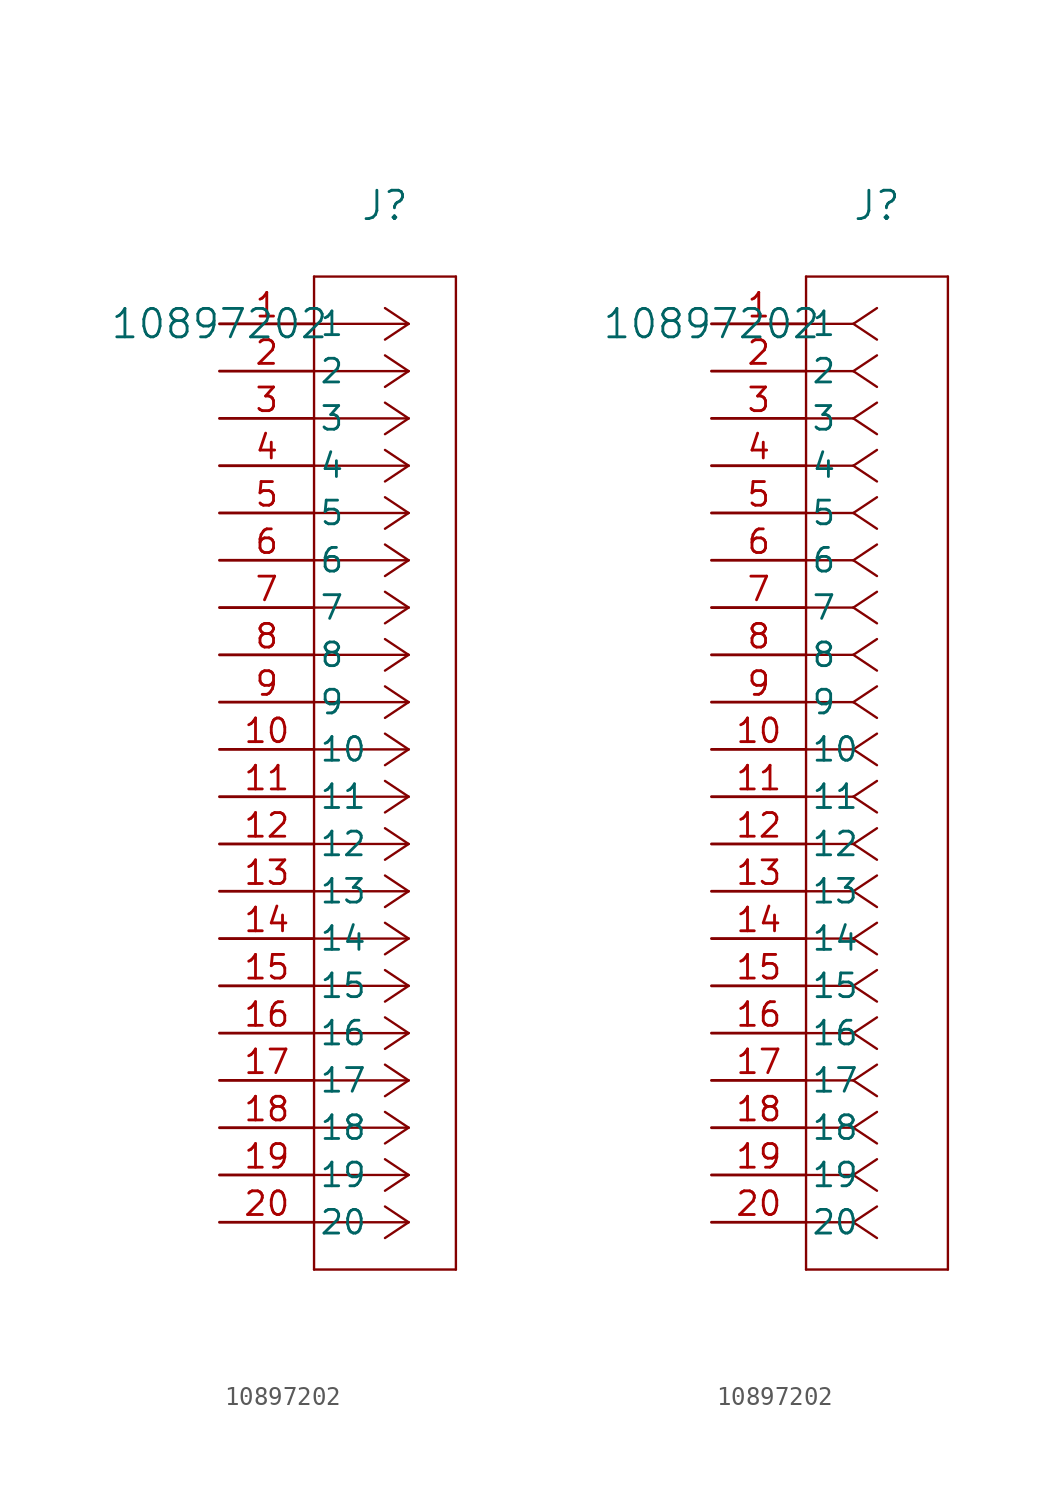
<source format=kicad_sym>
(kicad_symbol_lib
  (version 20211014)
  (generator kicad_symbol_editor)
  (symbol "10897202"
    (pin_names
      (offset 0.254))
    (property "Reference" "J"
      (at 8.89 6.35 0)
      (effects (font (size 1.524 1.524))))
    (property "Value" "10897202"
      (at 0 0 0)
      (effects (font (size 1.524 1.524))))
    (symbol "10897202_1_1"
      (polyline (pts (xy 10.16 0) (xy 5.08 0)) (stroke (width 0.127) (type default) (color 0 0 0 0)) (fill (type none)))
      (polyline (pts (xy 10.16 -2.54) (xy 5.08 -2.54)) (stroke (width 0.127) (type default) (color 0 0 0 0)) (fill (type none)))
      (polyline (pts (xy 10.16 -5.08) (xy 5.08 -5.08)) (stroke (width 0.127) (type default) (color 0 0 0 0)) (fill (type none)))
      (polyline (pts (xy 10.16 -7.62) (xy 5.08 -7.62)) (stroke (width 0.127) (type default) (color 0 0 0 0)) (fill (type none)))
      (polyline (pts (xy 10.16 -10.16) (xy 5.08 -10.16)) (stroke (width 0.127) (type default) (color 0 0 0 0)) (fill (type none)))
      (polyline (pts (xy 10.16 -12.7) (xy 5.08 -12.7)) (stroke (width 0.127) (type default) (color 0 0 0 0)) (fill (type none)))
      (polyline (pts (xy 10.16 -15.24) (xy 5.08 -15.24)) (stroke (width 0.127) (type default) (color 0 0 0 0)) (fill (type none)))
      (polyline (pts (xy 10.16 -17.78) (xy 5.08 -17.78)) (stroke (width 0.127) (type default) (color 0 0 0 0)) (fill (type none)))
      (polyline (pts (xy 10.16 -20.32) (xy 5.08 -20.32)) (stroke (width 0.127) (type default) (color 0 0 0 0)) (fill (type none)))
      (polyline (pts (xy 10.16 -22.86) (xy 5.08 -22.86)) (stroke (width 0.127) (type default) (color 0 0 0 0)) (fill (type none)))
      (polyline (pts (xy 10.16 -25.4) (xy 5.08 -25.4)) (stroke (width 0.127) (type default) (color 0 0 0 0)) (fill (type none)))
      (polyline (pts (xy 10.16 -27.94) (xy 5.08 -27.94)) (stroke (width 0.127) (type default) (color 0 0 0 0)) (fill (type none)))
      (polyline (pts (xy 10.16 -30.48) (xy 5.08 -30.48)) (stroke (width 0.127) (type default) (color 0 0 0 0)) (fill (type none)))
      (polyline (pts (xy 10.16 -33.02) (xy 5.08 -33.02)) (stroke (width 0.127) (type default) (color 0 0 0 0)) (fill (type none)))
      (polyline (pts (xy 10.16 -35.56) (xy 5.08 -35.56)) (stroke (width 0.127) (type default) (color 0 0 0 0)) (fill (type none)))
      (polyline (pts (xy 10.16 -38.1) (xy 5.08 -38.1)) (stroke (width 0.127) (type default) (color 0 0 0 0)) (fill (type none)))
      (polyline (pts (xy 10.16 -40.64) (xy 5.08 -40.64)) (stroke (width 0.127) (type default) (color 0 0 0 0)) (fill (type none)))
      (polyline (pts (xy 10.16 -43.18) (xy 5.08 -43.18)) (stroke (width 0.127) (type default) (color 0 0 0 0)) (fill (type none)))
      (polyline (pts (xy 10.16 -45.72) (xy 5.08 -45.72)) (stroke (width 0.127) (type default) (color 0 0 0 0)) (fill (type none)))
      (polyline (pts (xy 10.16 -48.26) (xy 5.08 -48.26)) (stroke (width 0.127) (type default) (color 0 0 0 0)) (fill (type none)))
      (polyline (pts (xy 10.16 0) (xy 8.89 0.847)) (stroke (width 0.127) (type default) (color 0 0 0 0)) (fill (type none)))
      (polyline (pts (xy 10.16 -2.54) (xy 8.89 -1.693)) (stroke (width 0.127) (type default) (color 0 0 0 0)) (fill (type none)))
      (polyline (pts (xy 10.16 -5.08) (xy 8.89 -4.233)) (stroke (width 0.127) (type default) (color 0 0 0 0)) (fill (type none)))
      (polyline (pts (xy 10.16 -7.62) (xy 8.89 -6.773)) (stroke (width 0.127) (type default) (color 0 0 0 0)) (fill (type none)))
      (polyline (pts (xy 10.16 -10.16) (xy 8.89 -9.313)) (stroke (width 0.127) (type default) (color 0 0 0 0)) (fill (type none)))
      (polyline (pts (xy 10.16 -12.7) (xy 8.89 -11.853)) (stroke (width 0.127) (type default) (color 0 0 0 0)) (fill (type none)))
      (polyline (pts (xy 10.16 -15.24) (xy 8.89 -14.393)) (stroke (width 0.127) (type default) (color 0 0 0 0)) (fill (type none)))
      (polyline (pts (xy 10.16 -17.78) (xy 8.89 -16.933)) (stroke (width 0.127) (type default) (color 0 0 0 0)) (fill (type none)))
      (polyline (pts (xy 10.16 -20.32) (xy 8.89 -19.473)) (stroke (width 0.127) (type default) (color 0 0 0 0)) (fill (type none)))
      (polyline (pts (xy 10.16 -22.86) (xy 8.89 -22.013)) (stroke (width 0.127) (type default) (color 0 0 0 0)) (fill (type none)))
      (polyline (pts (xy 10.16 -25.4) (xy 8.89 -24.553)) (stroke (width 0.127) (type default) (color 0 0 0 0)) (fill (type none)))
      (polyline (pts (xy 10.16 -27.94) (xy 8.89 -27.093)) (stroke (width 0.127) (type default) (color 0 0 0 0)) (fill (type none)))
      (polyline (pts (xy 10.16 -30.48) (xy 8.89 -29.633)) (stroke (width 0.127) (type default) (color 0 0 0 0)) (fill (type none)))
      (polyline (pts (xy 10.16 -33.02) (xy 8.89 -32.173)) (stroke (width 0.127) (type default) (color 0 0 0 0)) (fill (type none)))
      (polyline (pts (xy 10.16 -35.56) (xy 8.89 -34.713)) (stroke (width 0.127) (type default) (color 0 0 0 0)) (fill (type none)))
      (polyline (pts (xy 10.16 -38.1) (xy 8.89 -37.253)) (stroke (width 0.127) (type default) (color 0 0 0 0)) (fill (type none)))
      (polyline (pts (xy 10.16 -40.64) (xy 8.89 -39.793)) (stroke (width 0.127) (type default) (color 0 0 0 0)) (fill (type none)))
      (polyline (pts (xy 10.16 -43.18) (xy 8.89 -42.333)) (stroke (width 0.127) (type default) (color 0 0 0 0)) (fill (type none)))
      (polyline (pts (xy 10.16 -45.72) (xy 8.89 -44.873)) (stroke (width 0.127) (type default) (color 0 0 0 0)) (fill (type none)))
      (polyline (pts (xy 10.16 -48.26) (xy 8.89 -47.413)) (stroke (width 0.127) (type default) (color 0 0 0 0)) (fill (type none)))
      (polyline (pts (xy 10.16 0) (xy 8.89 -0.847)) (stroke (width 0.127) (type default) (color 0 0 0 0)) (fill (type none)))
      (polyline (pts (xy 10.16 -2.54) (xy 8.89 -3.387)) (stroke (width 0.127) (type default) (color 0 0 0 0)) (fill (type none)))
      (polyline (pts (xy 10.16 -5.08) (xy 8.89 -5.927)) (stroke (width 0.127) (type default) (color 0 0 0 0)) (fill (type none)))
      (polyline (pts (xy 10.16 -7.62) (xy 8.89 -8.467)) (stroke (width 0.127) (type default) (color 0 0 0 0)) (fill (type none)))
      (polyline (pts (xy 10.16 -10.16) (xy 8.89 -11.007)) (stroke (width 0.127) (type default) (color 0 0 0 0)) (fill (type none)))
      (polyline (pts (xy 10.16 -12.7) (xy 8.89 -13.547)) (stroke (width 0.127) (type default) (color 0 0 0 0)) (fill (type none)))
      (polyline (pts (xy 10.16 -15.24) (xy 8.89 -16.087)) (stroke (width 0.127) (type default) (color 0 0 0 0)) (fill (type none)))
      (polyline (pts (xy 10.16 -17.78) (xy 8.89 -18.627)) (stroke (width 0.127) (type default) (color 0 0 0 0)) (fill (type none)))
      (polyline (pts (xy 10.16 -20.32) (xy 8.89 -21.167)) (stroke (width 0.127) (type default) (color 0 0 0 0)) (fill (type none)))
      (polyline (pts (xy 10.16 -22.86) (xy 8.89 -23.707)) (stroke (width 0.127) (type default) (color 0 0 0 0)) (fill (type none)))
      (polyline (pts (xy 10.16 -25.4) (xy 8.89 -26.247)) (stroke (width 0.127) (type default) (color 0 0 0 0)) (fill (type none)))
      (polyline (pts (xy 10.16 -27.94) (xy 8.89 -28.787)) (stroke (width 0.127) (type default) (color 0 0 0 0)) (fill (type none)))
      (polyline (pts (xy 10.16 -30.48) (xy 8.89 -31.327)) (stroke (width 0.127) (type default) (color 0 0 0 0)) (fill (type none)))
      (polyline (pts (xy 10.16 -33.02) (xy 8.89 -33.867)) (stroke (width 0.127) (type default) (color 0 0 0 0)) (fill (type none)))
      (polyline (pts (xy 10.16 -35.56) (xy 8.89 -36.407)) (stroke (width 0.127) (type default) (color 0 0 0 0)) (fill (type none)))
      (polyline (pts (xy 10.16 -38.1) (xy 8.89 -38.947)) (stroke (width 0.127) (type default) (color 0 0 0 0)) (fill (type none)))
      (polyline (pts (xy 10.16 -40.64) (xy 8.89 -41.487)) (stroke (width 0.127) (type default) (color 0 0 0 0)) (fill (type none)))
      (polyline (pts (xy 10.16 -43.18) (xy 8.89 -44.027)) (stroke (width 0.127) (type default) (color 0 0 0 0)) (fill (type none)))
      (polyline (pts (xy 10.16 -45.72) (xy 8.89 -46.567)) (stroke (width 0.127) (type default) (color 0 0 0 0)) (fill (type none)))
      (polyline (pts (xy 10.16 -48.26) (xy 8.89 -49.107)) (stroke (width 0.127) (type default) (color 0 0 0 0)) (fill (type none)))
      (polyline (pts (xy 5.08 2.54) (xy 5.08 -50.8)) (stroke (width 0.127) (type default) (color 0 0 0 0)) (fill (type none)))
      (polyline (pts (xy 5.08 -50.8) (xy 12.7 -50.8)) (stroke (width 0.127) (type default) (color 0 0 0 0)) (fill (type none)))
      (polyline (pts (xy 12.7 -50.8) (xy 12.7 2.54)) (stroke (width 0.127) (type default) (color 0 0 0 0)) (fill (type none)))
      (polyline (pts (xy 12.7 2.54) (xy 5.08 2.54)) (stroke (width 0.127) (type default) (color 0 0 0 0)) (fill (type none)))
      (pin unspecified line (at 0 0 0) (length 5.08) (name "1" (effects (font (size 1.27 1.27)))) (number "1" (effects (font (size 1.27 1.27)))))
      (pin unspecified line (at 0 -2.54 0) (length 5.08) (name "2" (effects (font (size 1.27 1.27)))) (number "2" (effects (font (size 1.27 1.27)))))
      (pin unspecified line (at 0 -5.08 0) (length 5.08) (name "3" (effects (font (size 1.27 1.27)))) (number "3" (effects (font (size 1.27 1.27)))))
      (pin unspecified line (at 0 -7.62 0) (length 5.08) (name "4" (effects (font (size 1.27 1.27)))) (number "4" (effects (font (size 1.27 1.27)))))
      (pin unspecified line (at 0 -10.16 0) (length 5.08) (name "5" (effects (font (size 1.27 1.27)))) (number "5" (effects (font (size 1.27 1.27)))))
      (pin unspecified line (at 0 -12.7 0) (length 5.08) (name "6" (effects (font (size 1.27 1.27)))) (number "6" (effects (font (size 1.27 1.27)))))
      (pin unspecified line (at 0 -15.24 0) (length 5.08) (name "7" (effects (font (size 1.27 1.27)))) (number "7" (effects (font (size 1.27 1.27)))))
      (pin unspecified line (at 0 -17.78 0) (length 5.08) (name "8" (effects (font (size 1.27 1.27)))) (number "8" (effects (font (size 1.27 1.27)))))
      (pin unspecified line (at 0 -20.32 0) (length 5.08) (name "9" (effects (font (size 1.27 1.27)))) (number "9" (effects (font (size 1.27 1.27)))))
      (pin unspecified line (at 0 -22.86 0) (length 5.08) (name "10" (effects (font (size 1.27 1.27)))) (number "10" (effects (font (size 1.27 1.27)))))
      (pin unspecified line (at 0 -25.4 0) (length 5.08) (name "11" (effects (font (size 1.27 1.27)))) (number "11" (effects (font (size 1.27 1.27)))))
      (pin unspecified line (at 0 -27.94 0) (length 5.08) (name "12" (effects (font (size 1.27 1.27)))) (number "12" (effects (font (size 1.27 1.27)))))
      (pin unspecified line (at 0 -30.48 0) (length 5.08) (name "13" (effects (font (size 1.27 1.27)))) (number "13" (effects (font (size 1.27 1.27)))))
      (pin unspecified line (at 0 -33.02 0) (length 5.08) (name "14" (effects (font (size 1.27 1.27)))) (number "14" (effects (font (size 1.27 1.27)))))
      (pin unspecified line (at 0 -35.56 0) (length 5.08) (name "15" (effects (font (size 1.27 1.27)))) (number "15" (effects (font (size 1.27 1.27)))))
      (pin unspecified line (at 0 -38.1 0) (length 5.08) (name "16" (effects (font (size 1.27 1.27)))) (number "16" (effects (font (size 1.27 1.27)))))
      (pin unspecified line (at 0 -40.64 0) (length 5.08) (name "17" (effects (font (size 1.27 1.27)))) (number "17" (effects (font (size 1.27 1.27)))))
      (pin unspecified line (at 0 -43.18 0) (length 5.08) (name "18" (effects (font (size 1.27 1.27)))) (number "18" (effects (font (size 1.27 1.27)))))
      (pin unspecified line (at 0 -45.72 0) (length 5.08) (name "19" (effects (font (size 1.27 1.27)))) (number "19" (effects (font (size 1.27 1.27)))))
      (pin unspecified line (at 0 -48.26 0) (length 5.08) (name "20" (effects (font (size 1.27 1.27)))) (number "20" (effects (font (size 1.27 1.27))))))
    (symbol "10897202_1_2"
      (polyline (pts (xy 7.62 0) (xy 5.08 0)) (stroke (width 0.127) (type default) (color 0 0 0 0)) (fill (type none)))
      (polyline (pts (xy 7.62 -2.54) (xy 5.08 -2.54)) (stroke (width 0.127) (type default) (color 0 0 0 0)) (fill (type none)))
      (polyline (pts (xy 7.62 -5.08) (xy 5.08 -5.08)) (stroke (width 0.127) (type default) (color 0 0 0 0)) (fill (type none)))
      (polyline (pts (xy 7.62 -7.62) (xy 5.08 -7.62)) (stroke (width 0.127) (type default) (color 0 0 0 0)) (fill (type none)))
      (polyline (pts (xy 7.62 -10.16) (xy 5.08 -10.16)) (stroke (width 0.127) (type default) (color 0 0 0 0)) (fill (type none)))
      (polyline (pts (xy 7.62 -12.7) (xy 5.08 -12.7)) (stroke (width 0.127) (type default) (color 0 0 0 0)) (fill (type none)))
      (polyline (pts (xy 7.62 -15.24) (xy 5.08 -15.24)) (stroke (width 0.127) (type default) (color 0 0 0 0)) (fill (type none)))
      (polyline (pts (xy 7.62 -17.78) (xy 5.08 -17.78)) (stroke (width 0.127) (type default) (color 0 0 0 0)) (fill (type none)))
      (polyline (pts (xy 7.62 -20.32) (xy 5.08 -20.32)) (stroke (width 0.127) (type default) (color 0 0 0 0)) (fill (type none)))
      (polyline (pts (xy 7.62 -22.86) (xy 5.08 -22.86)) (stroke (width 0.127) (type default) (color 0 0 0 0)) (fill (type none)))
      (polyline (pts (xy 7.62 -25.4) (xy 5.08 -25.4)) (stroke (width 0.127) (type default) (color 0 0 0 0)) (fill (type none)))
      (polyline (pts (xy 7.62 -27.94) (xy 5.08 -27.94)) (stroke (width 0.127) (type default) (color 0 0 0 0)) (fill (type none)))
      (polyline (pts (xy 7.62 -30.48) (xy 5.08 -30.48)) (stroke (width 0.127) (type default) (color 0 0 0 0)) (fill (type none)))
      (polyline (pts (xy 7.62 -33.02) (xy 5.08 -33.02)) (stroke (width 0.127) (type default) (color 0 0 0 0)) (fill (type none)))
      (polyline (pts (xy 7.62 -35.56) (xy 5.08 -35.56)) (stroke (width 0.127) (type default) (color 0 0 0 0)) (fill (type none)))
      (polyline (pts (xy 7.62 -38.1) (xy 5.08 -38.1)) (stroke (width 0.127) (type default) (color 0 0 0 0)) (fill (type none)))
      (polyline (pts (xy 7.62 -40.64) (xy 5.08 -40.64)) (stroke (width 0.127) (type default) (color 0 0 0 0)) (fill (type none)))
      (polyline (pts (xy 7.62 -43.18) (xy 5.08 -43.18)) (stroke (width 0.127) (type default) (color 0 0 0 0)) (fill (type none)))
      (polyline (pts (xy 7.62 -45.72) (xy 5.08 -45.72)) (stroke (width 0.127) (type default) (color 0 0 0 0)) (fill (type none)))
      (polyline (pts (xy 7.62 -48.26) (xy 5.08 -48.26)) (stroke (width 0.127) (type default) (color 0 0 0 0)) (fill (type none)))
      (polyline (pts (xy 7.62 0) (xy 8.89 0.847)) (stroke (width 0.127) (type default) (color 0 0 0 0)) (fill (type none)))
      (polyline (pts (xy 7.62 -2.54) (xy 8.89 -1.693)) (stroke (width 0.127) (type default) (color 0 0 0 0)) (fill (type none)))
      (polyline (pts (xy 7.62 -5.08) (xy 8.89 -4.233)) (stroke (width 0.127) (type default) (color 0 0 0 0)) (fill (type none)))
      (polyline (pts (xy 7.62 -7.62) (xy 8.89 -6.773)) (stroke (width 0.127) (type default) (color 0 0 0 0)) (fill (type none)))
      (polyline (pts (xy 7.62 -10.16) (xy 8.89 -9.313)) (stroke (width 0.127) (type default) (color 0 0 0 0)) (fill (type none)))
      (polyline (pts (xy 7.62 -12.7) (xy 8.89 -11.853)) (stroke (width 0.127) (type default) (color 0 0 0 0)) (fill (type none)))
      (polyline (pts (xy 7.62 -15.24) (xy 8.89 -14.393)) (stroke (width 0.127) (type default) (color 0 0 0 0)) (fill (type none)))
      (polyline (pts (xy 7.62 -17.78) (xy 8.89 -16.933)) (stroke (width 0.127) (type default) (color 0 0 0 0)) (fill (type none)))
      (polyline (pts (xy 7.62 -20.32) (xy 8.89 -19.473)) (stroke (width 0.127) (type default) (color 0 0 0 0)) (fill (type none)))
      (polyline (pts (xy 7.62 -22.86) (xy 8.89 -22.013)) (stroke (width 0.127) (type default) (color 0 0 0 0)) (fill (type none)))
      (polyline (pts (xy 7.62 -25.4) (xy 8.89 -24.553)) (stroke (width 0.127) (type default) (color 0 0 0 0)) (fill (type none)))
      (polyline (pts (xy 7.62 -27.94) (xy 8.89 -27.093)) (stroke (width 0.127) (type default) (color 0 0 0 0)) (fill (type none)))
      (polyline (pts (xy 7.62 -30.48) (xy 8.89 -29.633)) (stroke (width 0.127) (type default) (color 0 0 0 0)) (fill (type none)))
      (polyline (pts (xy 7.62 -33.02) (xy 8.89 -32.173)) (stroke (width 0.127) (type default) (color 0 0 0 0)) (fill (type none)))
      (polyline (pts (xy 7.62 -35.56) (xy 8.89 -34.713)) (stroke (width 0.127) (type default) (color 0 0 0 0)) (fill (type none)))
      (polyline (pts (xy 7.62 -38.1) (xy 8.89 -37.253)) (stroke (width 0.127) (type default) (color 0 0 0 0)) (fill (type none)))
      (polyline (pts (xy 7.62 -40.64) (xy 8.89 -39.793)) (stroke (width 0.127) (type default) (color 0 0 0 0)) (fill (type none)))
      (polyline (pts (xy 7.62 -43.18) (xy 8.89 -42.333)) (stroke (width 0.127) (type default) (color 0 0 0 0)) (fill (type none)))
      (polyline (pts (xy 7.62 -45.72) (xy 8.89 -44.873)) (stroke (width 0.127) (type default) (color 0 0 0 0)) (fill (type none)))
      (polyline (pts (xy 7.62 -48.26) (xy 8.89 -47.413)) (stroke (width 0.127) (type default) (color 0 0 0 0)) (fill (type none)))
      (polyline (pts (xy 7.62 0) (xy 8.89 -0.847)) (stroke (width 0.127) (type default) (color 0 0 0 0)) (fill (type none)))
      (polyline (pts (xy 7.62 -2.54) (xy 8.89 -3.387)) (stroke (width 0.127) (type default) (color 0 0 0 0)) (fill (type none)))
      (polyline (pts (xy 7.62 -5.08) (xy 8.89 -5.927)) (stroke (width 0.127) (type default) (color 0 0 0 0)) (fill (type none)))
      (polyline (pts (xy 7.62 -7.62) (xy 8.89 -8.467)) (stroke (width 0.127) (type default) (color 0 0 0 0)) (fill (type none)))
      (polyline (pts (xy 7.62 -10.16) (xy 8.89 -11.007)) (stroke (width 0.127) (type default) (color 0 0 0 0)) (fill (type none)))
      (polyline (pts (xy 7.62 -12.7) (xy 8.89 -13.547)) (stroke (width 0.127) (type default) (color 0 0 0 0)) (fill (type none)))
      (polyline (pts (xy 7.62 -15.24) (xy 8.89 -16.087)) (stroke (width 0.127) (type default) (color 0 0 0 0)) (fill (type none)))
      (polyline (pts (xy 7.62 -17.78) (xy 8.89 -18.627)) (stroke (width 0.127) (type default) (color 0 0 0 0)) (fill (type none)))
      (polyline (pts (xy 7.62 -20.32) (xy 8.89 -21.167)) (stroke (width 0.127) (type default) (color 0 0 0 0)) (fill (type none)))
      (polyline (pts (xy 7.62 -22.86) (xy 8.89 -23.707)) (stroke (width 0.127) (type default) (color 0 0 0 0)) (fill (type none)))
      (polyline (pts (xy 7.62 -25.4) (xy 8.89 -26.247)) (stroke (width 0.127) (type default) (color 0 0 0 0)) (fill (type none)))
      (polyline (pts (xy 7.62 -27.94) (xy 8.89 -28.787)) (stroke (width 0.127) (type default) (color 0 0 0 0)) (fill (type none)))
      (polyline (pts (xy 7.62 -30.48) (xy 8.89 -31.327)) (stroke (width 0.127) (type default) (color 0 0 0 0)) (fill (type none)))
      (polyline (pts (xy 7.62 -33.02) (xy 8.89 -33.867)) (stroke (width 0.127) (type default) (color 0 0 0 0)) (fill (type none)))
      (polyline (pts (xy 7.62 -35.56) (xy 8.89 -36.407)) (stroke (width 0.127) (type default) (color 0 0 0 0)) (fill (type none)))
      (polyline (pts (xy 7.62 -38.1) (xy 8.89 -38.947)) (stroke (width 0.127) (type default) (color 0 0 0 0)) (fill (type none)))
      (polyline (pts (xy 7.62 -40.64) (xy 8.89 -41.487)) (stroke (width 0.127) (type default) (color 0 0 0 0)) (fill (type none)))
      (polyline (pts (xy 7.62 -43.18) (xy 8.89 -44.027)) (stroke (width 0.127) (type default) (color 0 0 0 0)) (fill (type none)))
      (polyline (pts (xy 7.62 -45.72) (xy 8.89 -46.567)) (stroke (width 0.127) (type default) (color 0 0 0 0)) (fill (type none)))
      (polyline (pts (xy 7.62 -48.26) (xy 8.89 -49.107)) (stroke (width 0.127) (type default) (color 0 0 0 0)) (fill (type none)))
      (polyline (pts (xy 5.08 2.54) (xy 5.08 -50.8)) (stroke (width 0.127) (type default) (color 0 0 0 0)) (fill (type none)))
      (polyline (pts (xy 5.08 -50.8) (xy 12.7 -50.8)) (stroke (width 0.127) (type default) (color 0 0 0 0)) (fill (type none)))
      (polyline (pts (xy 12.7 -50.8) (xy 12.7 2.54)) (stroke (width 0.127) (type default) (color 0 0 0 0)) (fill (type none)))
      (polyline (pts (xy 12.7 2.54) (xy 5.08 2.54)) (stroke (width 0.127) (type default) (color 0 0 0 0)) (fill (type none)))
      (pin unspecified line (at 0 0 0) (length 5.08) (name "1" (effects (font (size 1.27 1.27)))) (number "1" (effects (font (size 1.27 1.27)))))
      (pin unspecified line (at 0 -2.54 0) (length 5.08) (name "2" (effects (font (size 1.27 1.27)))) (number "2" (effects (font (size 1.27 1.27)))))
      (pin unspecified line (at 0 -5.08 0) (length 5.08) (name "3" (effects (font (size 1.27 1.27)))) (number "3" (effects (font (size 1.27 1.27)))))
      (pin unspecified line (at 0 -7.62 0) (length 5.08) (name "4" (effects (font (size 1.27 1.27)))) (number "4" (effects (font (size 1.27 1.27)))))
      (pin unspecified line (at 0 -10.16 0) (length 5.08) (name "5" (effects (font (size 1.27 1.27)))) (number "5" (effects (font (size 1.27 1.27)))))
      (pin unspecified line (at 0 -12.7 0) (length 5.08) (name "6" (effects (font (size 1.27 1.27)))) (number "6" (effects (font (size 1.27 1.27)))))
      (pin unspecified line (at 0 -15.24 0) (length 5.08) (name "7" (effects (font (size 1.27 1.27)))) (number "7" (effects (font (size 1.27 1.27)))))
      (pin unspecified line (at 0 -17.78 0) (length 5.08) (name "8" (effects (font (size 1.27 1.27)))) (number "8" (effects (font (size 1.27 1.27)))))
      (pin unspecified line (at 0 -20.32 0) (length 5.08) (name "9" (effects (font (size 1.27 1.27)))) (number "9" (effects (font (size 1.27 1.27)))))
      (pin unspecified line (at 0 -22.86 0) (length 5.08) (name "10" (effects (font (size 1.27 1.27)))) (number "10" (effects (font (size 1.27 1.27)))))
      (pin unspecified line (at 0 -25.4 0) (length 5.08) (name "11" (effects (font (size 1.27 1.27)))) (number "11" (effects (font (size 1.27 1.27)))))
      (pin unspecified line (at 0 -27.94 0) (length 5.08) (name "12" (effects (font (size 1.27 1.27)))) (number "12" (effects (font (size 1.27 1.27)))))
      (pin unspecified line (at 0 -30.48 0) (length 5.08) (name "13" (effects (font (size 1.27 1.27)))) (number "13" (effects (font (size 1.27 1.27)))))
      (pin unspecified line (at 0 -33.02 0) (length 5.08) (name "14" (effects (font (size 1.27 1.27)))) (number "14" (effects (font (size 1.27 1.27)))))
      (pin unspecified line (at 0 -35.56 0) (length 5.08) (name "15" (effects (font (size 1.27 1.27)))) (number "15" (effects (font (size 1.27 1.27)))))
      (pin unspecified line (at 0 -38.1 0) (length 5.08) (name "16" (effects (font (size 1.27 1.27)))) (number "16" (effects (font (size 1.27 1.27)))))
      (pin unspecified line (at 0 -40.64 0) (length 5.08) (name "17" (effects (font (size 1.27 1.27)))) (number "17" (effects (font (size 1.27 1.27)))))
      (pin unspecified line (at 0 -43.18 0) (length 5.08) (name "18" (effects (font (size 1.27 1.27)))) (number "18" (effects (font (size 1.27 1.27)))))
      (pin unspecified line (at 0 -45.72 0) (length 5.08) (name "19" (effects (font (size 1.27 1.27)))) (number "19" (effects (font (size 1.27 1.27)))))
      (pin unspecified line (at 0 -48.26 0) (length 5.08) (name "20" (effects (font (size 1.27 1.27)))) (number "20" (effects (font (size 1.27 1.27))))))))
</source>
